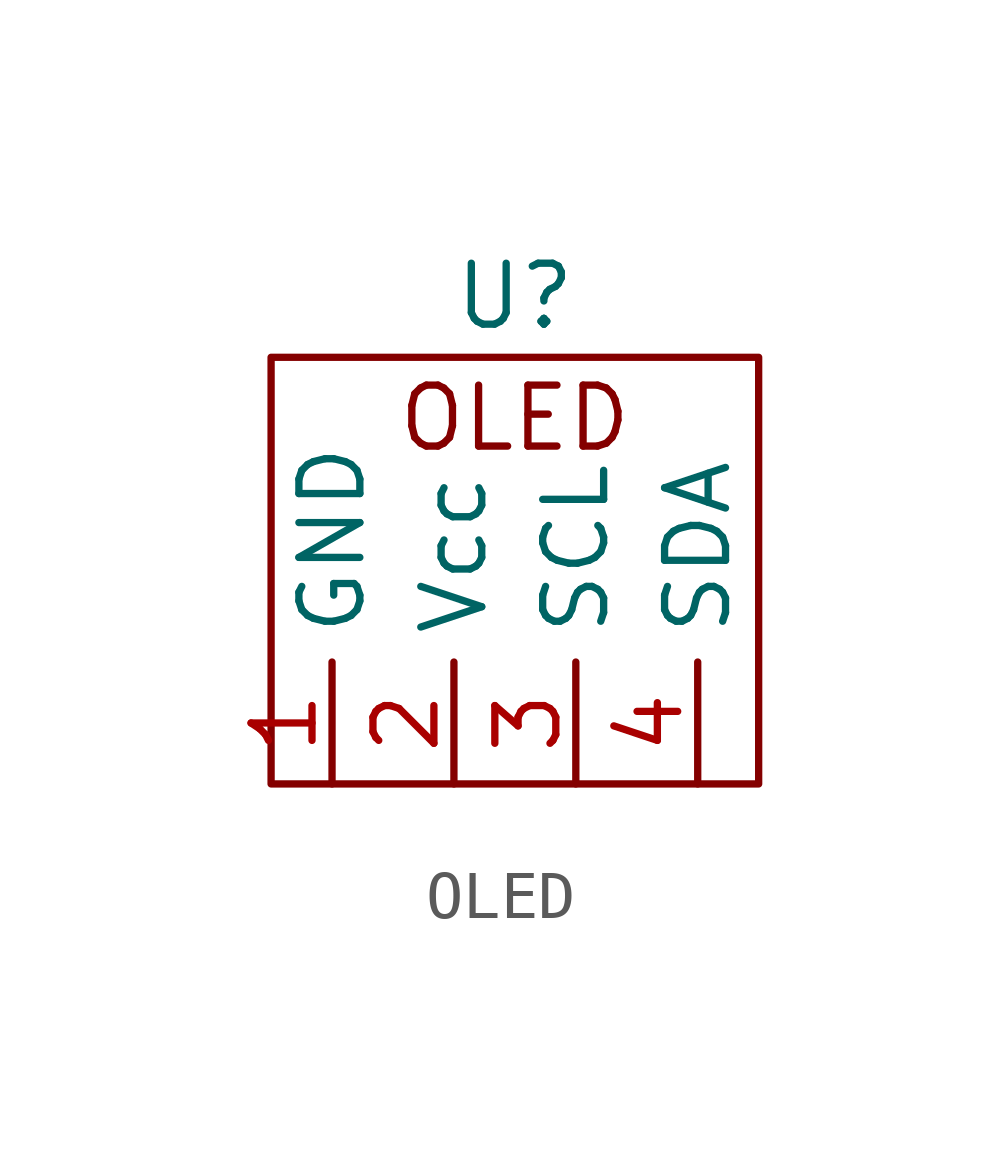
<source format=kicad_sym>
(kicad_symbol_lib
  (version 20231120)
  (generator "kicad_symbol_editor")
  (generator_version "8.0")
  (symbol "OLED"
    (property "Reference" "U"
      (at 0 7.62 0)
      (effects (font (size 1.27 1.27))))
    (property "Value" ""
      (at 0 0 0)
      (effects (font (size 1.27 1.27))))
    (symbol "OLED_0_1"
      (rectangle (start -5.08 6.35) (end 5.08 -2.54) (stroke (width 0) (type default)) (fill (type none))))
    (symbol "OLED_1_1"
      (text "OLED" (at 0 5.08 0) (effects (font (size 1.27 1.27))))
      (pin input line (at -3.81 -2.54 90) (length 2.54) (name "GND" (effects (font (size 1.27 1.27)))) (number "1" (effects (font (size 1.27 1.27)))))
      (pin input line (at -1.27 -2.54 90) (length 2.54) (name "Vcc" (effects (font (size 1.27 1.27)))) (number "2" (effects (font (size 1.27 1.27)))))
      (pin input line (at 1.27 -2.54 90) (length 2.54) (name "SCL" (effects (font (size 1.27 1.27)))) (number "3" (effects (font (size 1.27 1.27)))))
      (pin input line (at 3.81 -2.54 90) (length 2.54) (name "SDA" (effects (font (size 1.27 1.27)))) (number "4" (effects (font (size 1.27 1.27))))))))
</source>
